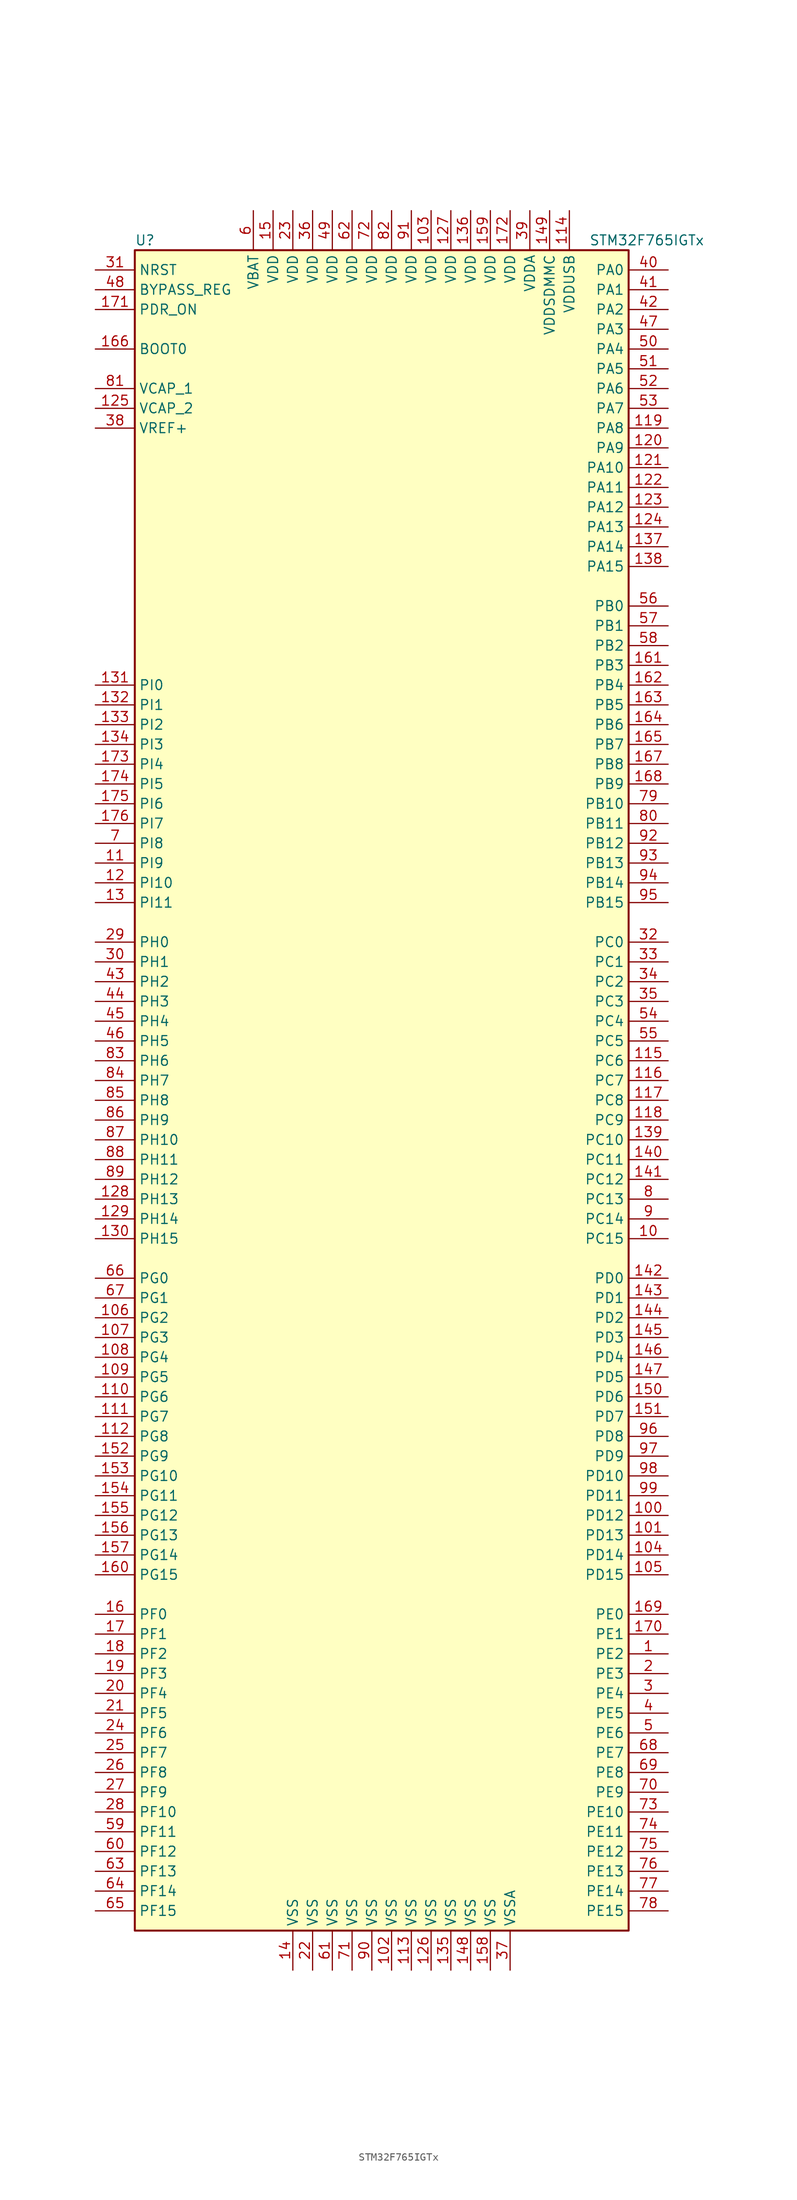
<source format=kicad_sym>
(kicad_symbol_lib
  (version 20201005)
  (generator kicad_symbol_editor)
  (symbol "MCU_ST_STM32F7:STM32F765IGTx"
    (property "Reference" "U"
      (at -33.02 107.95 0)
      (effects (font (size 1.27 1.27)) (justify left)))
    (property "Value" "STM32F765IGTx"
      (at 25.4 107.95 0)
      (effects (font (size 1.27 1.27)) (justify left)))
    (symbol "STM32F765IGTx_0_1"
      (rectangle (start -33.02 -109.22) (end 30.48 106.68) (stroke (width 0.254)) (fill (type background))))
    (symbol "STM32F765IGTx_1_1"
      (pin input line (at -38.1 93.98 0) (length 5.08) (name "BOOT0" (effects (font (size 1.27 1.27)))) (number "166" (effects (font (size 1.27 1.27)))))
      (pin input line (at -38.1 101.6 0) (length 5.08) (name "BYPASS_REG" (effects (font (size 1.27 1.27)))) (number "48" (effects (font (size 1.27 1.27)))))
      (pin input line (at -38.1 104.14 0) (length 5.08) (name "NRST" (effects (font (size 1.27 1.27)))) (number "31" (effects (font (size 1.27 1.27)))))
      (pin bidirectional line (at 35.56 104.14 180) (length 5.08) (name "PA0" (effects (font (size 1.27 1.27)))) (number "40" (effects (font (size 1.27 1.27)))))
      (pin bidirectional line (at 35.56 101.6 180) (length 5.08) (name "PA1" (effects (font (size 1.27 1.27)))) (number "41" (effects (font (size 1.27 1.27)))))
      (pin bidirectional line (at 35.56 78.74 180) (length 5.08) (name "PA10" (effects (font (size 1.27 1.27)))) (number "121" (effects (font (size 1.27 1.27)))))
      (pin bidirectional line (at 35.56 76.2 180) (length 5.08) (name "PA11" (effects (font (size 1.27 1.27)))) (number "122" (effects (font (size 1.27 1.27)))))
      (pin bidirectional line (at 35.56 73.66 180) (length 5.08) (name "PA12" (effects (font (size 1.27 1.27)))) (number "123" (effects (font (size 1.27 1.27)))))
      (pin bidirectional line (at 35.56 71.12 180) (length 5.08) (name "PA13" (effects (font (size 1.27 1.27)))) (number "124" (effects (font (size 1.27 1.27)))))
      (pin bidirectional line (at 35.56 68.58 180) (length 5.08) (name "PA14" (effects (font (size 1.27 1.27)))) (number "137" (effects (font (size 1.27 1.27)))))
      (pin bidirectional line (at 35.56 66.04 180) (length 5.08) (name "PA15" (effects (font (size 1.27 1.27)))) (number "138" (effects (font (size 1.27 1.27)))))
      (pin bidirectional line (at 35.56 99.06 180) (length 5.08) (name "PA2" (effects (font (size 1.27 1.27)))) (number "42" (effects (font (size 1.27 1.27)))))
      (pin bidirectional line (at 35.56 96.52 180) (length 5.08) (name "PA3" (effects (font (size 1.27 1.27)))) (number "47" (effects (font (size 1.27 1.27)))))
      (pin bidirectional line (at 35.56 93.98 180) (length 5.08) (name "PA4" (effects (font (size 1.27 1.27)))) (number "50" (effects (font (size 1.27 1.27)))))
      (pin bidirectional line (at 35.56 91.44 180) (length 5.08) (name "PA5" (effects (font (size 1.27 1.27)))) (number "51" (effects (font (size 1.27 1.27)))))
      (pin bidirectional line (at 35.56 88.9 180) (length 5.08) (name "PA6" (effects (font (size 1.27 1.27)))) (number "52" (effects (font (size 1.27 1.27)))))
      (pin bidirectional line (at 35.56 86.36 180) (length 5.08) (name "PA7" (effects (font (size 1.27 1.27)))) (number "53" (effects (font (size 1.27 1.27)))))
      (pin bidirectional line (at 35.56 83.82 180) (length 5.08) (name "PA8" (effects (font (size 1.27 1.27)))) (number "119" (effects (font (size 1.27 1.27)))))
      (pin bidirectional line (at 35.56 81.28 180) (length 5.08) (name "PA9" (effects (font (size 1.27 1.27)))) (number "120" (effects (font (size 1.27 1.27)))))
      (pin bidirectional line (at 35.56 60.96 180) (length 5.08) (name "PB0" (effects (font (size 1.27 1.27)))) (number "56" (effects (font (size 1.27 1.27)))))
      (pin bidirectional line (at 35.56 58.42 180) (length 5.08) (name "PB1" (effects (font (size 1.27 1.27)))) (number "57" (effects (font (size 1.27 1.27)))))
      (pin bidirectional line (at 35.56 35.56 180) (length 5.08) (name "PB10" (effects (font (size 1.27 1.27)))) (number "79" (effects (font (size 1.27 1.27)))))
      (pin bidirectional line (at 35.56 33.02 180) (length 5.08) (name "PB11" (effects (font (size 1.27 1.27)))) (number "80" (effects (font (size 1.27 1.27)))))
      (pin bidirectional line (at 35.56 30.48 180) (length 5.08) (name "PB12" (effects (font (size 1.27 1.27)))) (number "92" (effects (font (size 1.27 1.27)))))
      (pin bidirectional line (at 35.56 27.94 180) (length 5.08) (name "PB13" (effects (font (size 1.27 1.27)))) (number "93" (effects (font (size 1.27 1.27)))))
      (pin bidirectional line (at 35.56 25.4 180) (length 5.08) (name "PB14" (effects (font (size 1.27 1.27)))) (number "94" (effects (font (size 1.27 1.27)))))
      (pin bidirectional line (at 35.56 22.86 180) (length 5.08) (name "PB15" (effects (font (size 1.27 1.27)))) (number "95" (effects (font (size 1.27 1.27)))))
      (pin bidirectional line (at 35.56 55.88 180) (length 5.08) (name "PB2" (effects (font (size 1.27 1.27)))) (number "58" (effects (font (size 1.27 1.27)))))
      (pin bidirectional line (at 35.56 53.34 180) (length 5.08) (name "PB3" (effects (font (size 1.27 1.27)))) (number "161" (effects (font (size 1.27 1.27)))))
      (pin bidirectional line (at 35.56 50.8 180) (length 5.08) (name "PB4" (effects (font (size 1.27 1.27)))) (number "162" (effects (font (size 1.27 1.27)))))
      (pin bidirectional line (at 35.56 48.26 180) (length 5.08) (name "PB5" (effects (font (size 1.27 1.27)))) (number "163" (effects (font (size 1.27 1.27)))))
      (pin bidirectional line (at 35.56 45.72 180) (length 5.08) (name "PB6" (effects (font (size 1.27 1.27)))) (number "164" (effects (font (size 1.27 1.27)))))
      (pin bidirectional line (at 35.56 43.18 180) (length 5.08) (name "PB7" (effects (font (size 1.27 1.27)))) (number "165" (effects (font (size 1.27 1.27)))))
      (pin bidirectional line (at 35.56 40.64 180) (length 5.08) (name "PB8" (effects (font (size 1.27 1.27)))) (number "167" (effects (font (size 1.27 1.27)))))
      (pin bidirectional line (at 35.56 38.1 180) (length 5.08) (name "PB9" (effects (font (size 1.27 1.27)))) (number "168" (effects (font (size 1.27 1.27)))))
      (pin bidirectional line (at 35.56 17.78 180) (length 5.08) (name "PC0" (effects (font (size 1.27 1.27)))) (number "32" (effects (font (size 1.27 1.27)))))
      (pin bidirectional line (at 35.56 15.24 180) (length 5.08) (name "PC1" (effects (font (size 1.27 1.27)))) (number "33" (effects (font (size 1.27 1.27)))))
      (pin bidirectional line (at 35.56 -7.62 180) (length 5.08) (name "PC10" (effects (font (size 1.27 1.27)))) (number "139" (effects (font (size 1.27 1.27)))))
      (pin bidirectional line (at 35.56 -10.16 180) (length 5.08) (name "PC11" (effects (font (size 1.27 1.27)))) (number "140" (effects (font (size 1.27 1.27)))))
      (pin bidirectional line (at 35.56 -12.7 180) (length 5.08) (name "PC12" (effects (font (size 1.27 1.27)))) (number "141" (effects (font (size 1.27 1.27)))))
      (pin bidirectional line (at 35.56 -15.24 180) (length 5.08) (name "PC13" (effects (font (size 1.27 1.27)))) (number "8" (effects (font (size 1.27 1.27)))))
      (pin bidirectional line (at 35.56 -17.78 180) (length 5.08) (name "PC14" (effects (font (size 1.27 1.27)))) (number "9" (effects (font (size 1.27 1.27)))))
      (pin bidirectional line (at 35.56 -20.32 180) (length 5.08) (name "PC15" (effects (font (size 1.27 1.27)))) (number "10" (effects (font (size 1.27 1.27)))))
      (pin bidirectional line (at 35.56 12.7 180) (length 5.08) (name "PC2" (effects (font (size 1.27 1.27)))) (number "34" (effects (font (size 1.27 1.27)))))
      (pin bidirectional line (at 35.56 10.16 180) (length 5.08) (name "PC3" (effects (font (size 1.27 1.27)))) (number "35" (effects (font (size 1.27 1.27)))))
      (pin bidirectional line (at 35.56 7.62 180) (length 5.08) (name "PC4" (effects (font (size 1.27 1.27)))) (number "54" (effects (font (size 1.27 1.27)))))
      (pin bidirectional line (at 35.56 5.08 180) (length 5.08) (name "PC5" (effects (font (size 1.27 1.27)))) (number "55" (effects (font (size 1.27 1.27)))))
      (pin bidirectional line (at 35.56 2.54 180) (length 5.08) (name "PC6" (effects (font (size 1.27 1.27)))) (number "115" (effects (font (size 1.27 1.27)))))
      (pin bidirectional line (at 35.56 0 180) (length 5.08) (name "PC7" (effects (font (size 1.27 1.27)))) (number "116" (effects (font (size 1.27 1.27)))))
      (pin bidirectional line (at 35.56 -2.54 180) (length 5.08) (name "PC8" (effects (font (size 1.27 1.27)))) (number "117" (effects (font (size 1.27 1.27)))))
      (pin bidirectional line (at 35.56 -5.08 180) (length 5.08) (name "PC9" (effects (font (size 1.27 1.27)))) (number "118" (effects (font (size 1.27 1.27)))))
      (pin bidirectional line (at 35.56 -25.4 180) (length 5.08) (name "PD0" (effects (font (size 1.27 1.27)))) (number "142" (effects (font (size 1.27 1.27)))))
      (pin bidirectional line (at 35.56 -27.94 180) (length 5.08) (name "PD1" (effects (font (size 1.27 1.27)))) (number "143" (effects (font (size 1.27 1.27)))))
      (pin bidirectional line (at 35.56 -50.8 180) (length 5.08) (name "PD10" (effects (font (size 1.27 1.27)))) (number "98" (effects (font (size 1.27 1.27)))))
      (pin bidirectional line (at 35.56 -53.34 180) (length 5.08) (name "PD11" (effects (font (size 1.27 1.27)))) (number "99" (effects (font (size 1.27 1.27)))))
      (pin bidirectional line (at 35.56 -55.88 180) (length 5.08) (name "PD12" (effects (font (size 1.27 1.27)))) (number "100" (effects (font (size 1.27 1.27)))))
      (pin bidirectional line (at 35.56 -58.42 180) (length 5.08) (name "PD13" (effects (font (size 1.27 1.27)))) (number "101" (effects (font (size 1.27 1.27)))))
      (pin bidirectional line (at 35.56 -60.96 180) (length 5.08) (name "PD14" (effects (font (size 1.27 1.27)))) (number "104" (effects (font (size 1.27 1.27)))))
      (pin bidirectional line (at 35.56 -63.5 180) (length 5.08) (name "PD15" (effects (font (size 1.27 1.27)))) (number "105" (effects (font (size 1.27 1.27)))))
      (pin bidirectional line (at 35.56 -30.48 180) (length 5.08) (name "PD2" (effects (font (size 1.27 1.27)))) (number "144" (effects (font (size 1.27 1.27)))))
      (pin bidirectional line (at 35.56 -33.02 180) (length 5.08) (name "PD3" (effects (font (size 1.27 1.27)))) (number "145" (effects (font (size 1.27 1.27)))))
      (pin bidirectional line (at 35.56 -35.56 180) (length 5.08) (name "PD4" (effects (font (size 1.27 1.27)))) (number "146" (effects (font (size 1.27 1.27)))))
      (pin bidirectional line (at 35.56 -38.1 180) (length 5.08) (name "PD5" (effects (font (size 1.27 1.27)))) (number "147" (effects (font (size 1.27 1.27)))))
      (pin bidirectional line (at 35.56 -40.64 180) (length 5.08) (name "PD6" (effects (font (size 1.27 1.27)))) (number "150" (effects (font (size 1.27 1.27)))))
      (pin bidirectional line (at 35.56 -43.18 180) (length 5.08) (name "PD7" (effects (font (size 1.27 1.27)))) (number "151" (effects (font (size 1.27 1.27)))))
      (pin bidirectional line (at 35.56 -45.72 180) (length 5.08) (name "PD8" (effects (font (size 1.27 1.27)))) (number "96" (effects (font (size 1.27 1.27)))))
      (pin bidirectional line (at 35.56 -48.26 180) (length 5.08) (name "PD9" (effects (font (size 1.27 1.27)))) (number "97" (effects (font (size 1.27 1.27)))))
      (pin input line (at -38.1 99.06 0) (length 5.08) (name "PDR_ON" (effects (font (size 1.27 1.27)))) (number "171" (effects (font (size 1.27 1.27)))))
      (pin bidirectional line (at 35.56 -68.58 180) (length 5.08) (name "PE0" (effects (font (size 1.27 1.27)))) (number "169" (effects (font (size 1.27 1.27)))))
      (pin bidirectional line (at 35.56 -71.12 180) (length 5.08) (name "PE1" (effects (font (size 1.27 1.27)))) (number "170" (effects (font (size 1.27 1.27)))))
      (pin bidirectional line (at 35.56 -93.98 180) (length 5.08) (name "PE10" (effects (font (size 1.27 1.27)))) (number "73" (effects (font (size 1.27 1.27)))))
      (pin bidirectional line (at 35.56 -96.52 180) (length 5.08) (name "PE11" (effects (font (size 1.27 1.27)))) (number "74" (effects (font (size 1.27 1.27)))))
      (pin bidirectional line (at 35.56 -99.06 180) (length 5.08) (name "PE12" (effects (font (size 1.27 1.27)))) (number "75" (effects (font (size 1.27 1.27)))))
      (pin bidirectional line (at 35.56 -101.6 180) (length 5.08) (name "PE13" (effects (font (size 1.27 1.27)))) (number "76" (effects (font (size 1.27 1.27)))))
      (pin bidirectional line (at 35.56 -104.14 180) (length 5.08) (name "PE14" (effects (font (size 1.27 1.27)))) (number "77" (effects (font (size 1.27 1.27)))))
      (pin bidirectional line (at 35.56 -106.68 180) (length 5.08) (name "PE15" (effects (font (size 1.27 1.27)))) (number "78" (effects (font (size 1.27 1.27)))))
      (pin bidirectional line (at 35.56 -73.66 180) (length 5.08) (name "PE2" (effects (font (size 1.27 1.27)))) (number "1" (effects (font (size 1.27 1.27)))))
      (pin bidirectional line (at 35.56 -76.2 180) (length 5.08) (name "PE3" (effects (font (size 1.27 1.27)))) (number "2" (effects (font (size 1.27 1.27)))))
      (pin bidirectional line (at 35.56 -78.74 180) (length 5.08) (name "PE4" (effects (font (size 1.27 1.27)))) (number "3" (effects (font (size 1.27 1.27)))))
      (pin bidirectional line (at 35.56 -81.28 180) (length 5.08) (name "PE5" (effects (font (size 1.27 1.27)))) (number "4" (effects (font (size 1.27 1.27)))))
      (pin bidirectional line (at 35.56 -83.82 180) (length 5.08) (name "PE6" (effects (font (size 1.27 1.27)))) (number "5" (effects (font (size 1.27 1.27)))))
      (pin bidirectional line (at 35.56 -86.36 180) (length 5.08) (name "PE7" (effects (font (size 1.27 1.27)))) (number "68" (effects (font (size 1.27 1.27)))))
      (pin bidirectional line (at 35.56 -88.9 180) (length 5.08) (name "PE8" (effects (font (size 1.27 1.27)))) (number "69" (effects (font (size 1.27 1.27)))))
      (pin bidirectional line (at 35.56 -91.44 180) (length 5.08) (name "PE9" (effects (font (size 1.27 1.27)))) (number "70" (effects (font (size 1.27 1.27)))))
      (pin bidirectional line (at -38.1 -68.58 0) (length 5.08) (name "PF0" (effects (font (size 1.27 1.27)))) (number "16" (effects (font (size 1.27 1.27)))))
      (pin bidirectional line (at -38.1 -71.12 0) (length 5.08) (name "PF1" (effects (font (size 1.27 1.27)))) (number "17" (effects (font (size 1.27 1.27)))))
      (pin bidirectional line (at -38.1 -93.98 0) (length 5.08) (name "PF10" (effects (font (size 1.27 1.27)))) (number "28" (effects (font (size 1.27 1.27)))))
      (pin bidirectional line (at -38.1 -96.52 0) (length 5.08) (name "PF11" (effects (font (size 1.27 1.27)))) (number "59" (effects (font (size 1.27 1.27)))))
      (pin bidirectional line (at -38.1 -99.06 0) (length 5.08) (name "PF12" (effects (font (size 1.27 1.27)))) (number "60" (effects (font (size 1.27 1.27)))))
      (pin bidirectional line (at -38.1 -101.6 0) (length 5.08) (name "PF13" (effects (font (size 1.27 1.27)))) (number "63" (effects (font (size 1.27 1.27)))))
      (pin bidirectional line (at -38.1 -104.14 0) (length 5.08) (name "PF14" (effects (font (size 1.27 1.27)))) (number "64" (effects (font (size 1.27 1.27)))))
      (pin bidirectional line (at -38.1 -106.68 0) (length 5.08) (name "PF15" (effects (font (size 1.27 1.27)))) (number "65" (effects (font (size 1.27 1.27)))))
      (pin bidirectional line (at -38.1 -73.66 0) (length 5.08) (name "PF2" (effects (font (size 1.27 1.27)))) (number "18" (effects (font (size 1.27 1.27)))))
      (pin bidirectional line (at -38.1 -76.2 0) (length 5.08) (name "PF3" (effects (font (size 1.27 1.27)))) (number "19" (effects (font (size 1.27 1.27)))))
      (pin bidirectional line (at -38.1 -78.74 0) (length 5.08) (name "PF4" (effects (font (size 1.27 1.27)))) (number "20" (effects (font (size 1.27 1.27)))))
      (pin bidirectional line (at -38.1 -81.28 0) (length 5.08) (name "PF5" (effects (font (size 1.27 1.27)))) (number "21" (effects (font (size 1.27 1.27)))))
      (pin bidirectional line (at -38.1 -83.82 0) (length 5.08) (name "PF6" (effects (font (size 1.27 1.27)))) (number "24" (effects (font (size 1.27 1.27)))))
      (pin bidirectional line (at -38.1 -86.36 0) (length 5.08) (name "PF7" (effects (font (size 1.27 1.27)))) (number "25" (effects (font (size 1.27 1.27)))))
      (pin bidirectional line (at -38.1 -88.9 0) (length 5.08) (name "PF8" (effects (font (size 1.27 1.27)))) (number "26" (effects (font (size 1.27 1.27)))))
      (pin bidirectional line (at -38.1 -91.44 0) (length 5.08) (name "PF9" (effects (font (size 1.27 1.27)))) (number "27" (effects (font (size 1.27 1.27)))))
      (pin bidirectional line (at -38.1 -25.4 0) (length 5.08) (name "PG0" (effects (font (size 1.27 1.27)))) (number "66" (effects (font (size 1.27 1.27)))))
      (pin bidirectional line (at -38.1 -27.94 0) (length 5.08) (name "PG1" (effects (font (size 1.27 1.27)))) (number "67" (effects (font (size 1.27 1.27)))))
      (pin bidirectional line (at -38.1 -50.8 0) (length 5.08) (name "PG10" (effects (font (size 1.27 1.27)))) (number "153" (effects (font (size 1.27 1.27)))))
      (pin bidirectional line (at -38.1 -53.34 0) (length 5.08) (name "PG11" (effects (font (size 1.27 1.27)))) (number "154" (effects (font (size 1.27 1.27)))))
      (pin bidirectional line (at -38.1 -55.88 0) (length 5.08) (name "PG12" (effects (font (size 1.27 1.27)))) (number "155" (effects (font (size 1.27 1.27)))))
      (pin bidirectional line (at -38.1 -58.42 0) (length 5.08) (name "PG13" (effects (font (size 1.27 1.27)))) (number "156" (effects (font (size 1.27 1.27)))))
      (pin bidirectional line (at -38.1 -60.96 0) (length 5.08) (name "PG14" (effects (font (size 1.27 1.27)))) (number "157" (effects (font (size 1.27 1.27)))))
      (pin bidirectional line (at -38.1 -63.5 0) (length 5.08) (name "PG15" (effects (font (size 1.27 1.27)))) (number "160" (effects (font (size 1.27 1.27)))))
      (pin bidirectional line (at -38.1 -30.48 0) (length 5.08) (name "PG2" (effects (font (size 1.27 1.27)))) (number "106" (effects (font (size 1.27 1.27)))))
      (pin bidirectional line (at -38.1 -33.02 0) (length 5.08) (name "PG3" (effects (font (size 1.27 1.27)))) (number "107" (effects (font (size 1.27 1.27)))))
      (pin bidirectional line (at -38.1 -35.56 0) (length 5.08) (name "PG4" (effects (font (size 1.27 1.27)))) (number "108" (effects (font (size 1.27 1.27)))))
      (pin bidirectional line (at -38.1 -38.1 0) (length 5.08) (name "PG5" (effects (font (size 1.27 1.27)))) (number "109" (effects (font (size 1.27 1.27)))))
      (pin bidirectional line (at -38.1 -40.64 0) (length 5.08) (name "PG6" (effects (font (size 1.27 1.27)))) (number "110" (effects (font (size 1.27 1.27)))))
      (pin bidirectional line (at -38.1 -43.18 0) (length 5.08) (name "PG7" (effects (font (size 1.27 1.27)))) (number "111" (effects (font (size 1.27 1.27)))))
      (pin bidirectional line (at -38.1 -45.72 0) (length 5.08) (name "PG8" (effects (font (size 1.27 1.27)))) (number "112" (effects (font (size 1.27 1.27)))))
      (pin bidirectional line (at -38.1 -48.26 0) (length 5.08) (name "PG9" (effects (font (size 1.27 1.27)))) (number "152" (effects (font (size 1.27 1.27)))))
      (pin input line (at -38.1 17.78 0) (length 5.08) (name "PH0" (effects (font (size 1.27 1.27)))) (number "29" (effects (font (size 1.27 1.27)))))
      (pin input line (at -38.1 15.24 0) (length 5.08) (name "PH1" (effects (font (size 1.27 1.27)))) (number "30" (effects (font (size 1.27 1.27)))))
      (pin bidirectional line (at -38.1 -7.62 0) (length 5.08) (name "PH10" (effects (font (size 1.27 1.27)))) (number "87" (effects (font (size 1.27 1.27)))))
      (pin bidirectional line (at -38.1 -10.16 0) (length 5.08) (name "PH11" (effects (font (size 1.27 1.27)))) (number "88" (effects (font (size 1.27 1.27)))))
      (pin bidirectional line (at -38.1 -12.7 0) (length 5.08) (name "PH12" (effects (font (size 1.27 1.27)))) (number "89" (effects (font (size 1.27 1.27)))))
      (pin bidirectional line (at -38.1 -15.24 0) (length 5.08) (name "PH13" (effects (font (size 1.27 1.27)))) (number "128" (effects (font (size 1.27 1.27)))))
      (pin bidirectional line (at -38.1 -17.78 0) (length 5.08) (name "PH14" (effects (font (size 1.27 1.27)))) (number "129" (effects (font (size 1.27 1.27)))))
      (pin bidirectional line (at -38.1 -20.32 0) (length 5.08) (name "PH15" (effects (font (size 1.27 1.27)))) (number "130" (effects (font (size 1.27 1.27)))))
      (pin bidirectional line (at -38.1 12.7 0) (length 5.08) (name "PH2" (effects (font (size 1.27 1.27)))) (number "43" (effects (font (size 1.27 1.27)))))
      (pin bidirectional line (at -38.1 10.16 0) (length 5.08) (name "PH3" (effects (font (size 1.27 1.27)))) (number "44" (effects (font (size 1.27 1.27)))))
      (pin bidirectional line (at -38.1 7.62 0) (length 5.08) (name "PH4" (effects (font (size 1.27 1.27)))) (number "45" (effects (font (size 1.27 1.27)))))
      (pin bidirectional line (at -38.1 5.08 0) (length 5.08) (name "PH5" (effects (font (size 1.27 1.27)))) (number "46" (effects (font (size 1.27 1.27)))))
      (pin bidirectional line (at -38.1 2.54 0) (length 5.08) (name "PH6" (effects (font (size 1.27 1.27)))) (number "83" (effects (font (size 1.27 1.27)))))
      (pin bidirectional line (at -38.1 0 0) (length 5.08) (name "PH7" (effects (font (size 1.27 1.27)))) (number "84" (effects (font (size 1.27 1.27)))))
      (pin bidirectional line (at -38.1 -2.54 0) (length 5.08) (name "PH8" (effects (font (size 1.27 1.27)))) (number "85" (effects (font (size 1.27 1.27)))))
      (pin bidirectional line (at -38.1 -5.08 0) (length 5.08) (name "PH9" (effects (font (size 1.27 1.27)))) (number "86" (effects (font (size 1.27 1.27)))))
      (pin bidirectional line (at -38.1 50.8 0) (length 5.08) (name "PI0" (effects (font (size 1.27 1.27)))) (number "131" (effects (font (size 1.27 1.27)))))
      (pin bidirectional line (at -38.1 48.26 0) (length 5.08) (name "PI1" (effects (font (size 1.27 1.27)))) (number "132" (effects (font (size 1.27 1.27)))))
      (pin bidirectional line (at -38.1 25.4 0) (length 5.08) (name "PI10" (effects (font (size 1.27 1.27)))) (number "12" (effects (font (size 1.27 1.27)))))
      (pin bidirectional line (at -38.1 22.86 0) (length 5.08) (name "PI11" (effects (font (size 1.27 1.27)))) (number "13" (effects (font (size 1.27 1.27)))))
      (pin bidirectional line (at -38.1 45.72 0) (length 5.08) (name "PI2" (effects (font (size 1.27 1.27)))) (number "133" (effects (font (size 1.27 1.27)))))
      (pin bidirectional line (at -38.1 43.18 0) (length 5.08) (name "PI3" (effects (font (size 1.27 1.27)))) (number "134" (effects (font (size 1.27 1.27)))))
      (pin bidirectional line (at -38.1 40.64 0) (length 5.08) (name "PI4" (effects (font (size 1.27 1.27)))) (number "173" (effects (font (size 1.27 1.27)))))
      (pin bidirectional line (at -38.1 38.1 0) (length 5.08) (name "PI5" (effects (font (size 1.27 1.27)))) (number "174" (effects (font (size 1.27 1.27)))))
      (pin bidirectional line (at -38.1 35.56 0) (length 5.08) (name "PI6" (effects (font (size 1.27 1.27)))) (number "175" (effects (font (size 1.27 1.27)))))
      (pin bidirectional line (at -38.1 33.02 0) (length 5.08) (name "PI7" (effects (font (size 1.27 1.27)))) (number "176" (effects (font (size 1.27 1.27)))))
      (pin bidirectional line (at -38.1 30.48 0) (length 5.08) (name "PI8" (effects (font (size 1.27 1.27)))) (number "7" (effects (font (size 1.27 1.27)))))
      (pin bidirectional line (at -38.1 27.94 0) (length 5.08) (name "PI9" (effects (font (size 1.27 1.27)))) (number "11" (effects (font (size 1.27 1.27)))))
      (pin power_in line (at -17.78 111.76 270) (length 5.08) (name "VBAT" (effects (font (size 1.27 1.27)))) (number "6" (effects (font (size 1.27 1.27)))))
      (pin power_in line (at -38.1 88.9 0) (length 5.08) (name "VCAP_1" (effects (font (size 1.27 1.27)))) (number "81" (effects (font (size 1.27 1.27)))))
      (pin power_in line (at -38.1 86.36 0) (length 5.08) (name "VCAP_2" (effects (font (size 1.27 1.27)))) (number "125" (effects (font (size 1.27 1.27)))))
      (pin power_in line (at 5.08 111.76 270) (length 5.08) (name "VDD" (effects (font (size 1.27 1.27)))) (number "103" (effects (font (size 1.27 1.27)))))
      (pin power_in line (at 7.62 111.76 270) (length 5.08) (name "VDD" (effects (font (size 1.27 1.27)))) (number "127" (effects (font (size 1.27 1.27)))))
      (pin power_in line (at 10.16 111.76 270) (length 5.08) (name "VDD" (effects (font (size 1.27 1.27)))) (number "136" (effects (font (size 1.27 1.27)))))
      (pin power_in line (at -15.24 111.76 270) (length 5.08) (name "VDD" (effects (font (size 1.27 1.27)))) (number "15" (effects (font (size 1.27 1.27)))))
      (pin power_in line (at 12.7 111.76 270) (length 5.08) (name "VDD" (effects (font (size 1.27 1.27)))) (number "159" (effects (font (size 1.27 1.27)))))
      (pin power_in line (at 15.24 111.76 270) (length 5.08) (name "VDD" (effects (font (size 1.27 1.27)))) (number "172" (effects (font (size 1.27 1.27)))))
      (pin power_in line (at -12.7 111.76 270) (length 5.08) (name "VDD" (effects (font (size 1.27 1.27)))) (number "23" (effects (font (size 1.27 1.27)))))
      (pin power_in line (at -10.16 111.76 270) (length 5.08) (name "VDD" (effects (font (size 1.27 1.27)))) (number "36" (effects (font (size 1.27 1.27)))))
      (pin power_in line (at -7.62 111.76 270) (length 5.08) (name "VDD" (effects (font (size 1.27 1.27)))) (number "49" (effects (font (size 1.27 1.27)))))
      (pin power_in line (at -5.08 111.76 270) (length 5.08) (name "VDD" (effects (font (size 1.27 1.27)))) (number "62" (effects (font (size 1.27 1.27)))))
      (pin power_in line (at -2.54 111.76 270) (length 5.08) (name "VDD" (effects (font (size 1.27 1.27)))) (number "72" (effects (font (size 1.27 1.27)))))
      (pin power_in line (at 0 111.76 270) (length 5.08) (name "VDD" (effects (font (size 1.27 1.27)))) (number "82" (effects (font (size 1.27 1.27)))))
      (pin power_in line (at 2.54 111.76 270) (length 5.08) (name "VDD" (effects (font (size 1.27 1.27)))) (number "91" (effects (font (size 1.27 1.27)))))
      (pin power_in line (at 17.78 111.76 270) (length 5.08) (name "VDDA" (effects (font (size 1.27 1.27)))) (number "39" (effects (font (size 1.27 1.27)))))
      (pin power_in line (at 20.32 111.76 270) (length 5.08) (name "VDDSDMMC" (effects (font (size 1.27 1.27)))) (number "149" (effects (font (size 1.27 1.27)))))
      (pin power_in line (at 22.86 111.76 270) (length 5.08) (name "VDDUSB" (effects (font (size 1.27 1.27)))) (number "114" (effects (font (size 1.27 1.27)))))
      (pin power_in line (at -38.1 83.82 0) (length 5.08) (name "VREF+" (effects (font (size 1.27 1.27)))) (number "38" (effects (font (size 1.27 1.27)))))
      (pin power_in line (at 0 -114.3 90) (length 5.08) (name "VSS" (effects (font (size 1.27 1.27)))) (number "102" (effects (font (size 1.27 1.27)))))
      (pin power_in line (at 2.54 -114.3 90) (length 5.08) (name "VSS" (effects (font (size 1.27 1.27)))) (number "113" (effects (font (size 1.27 1.27)))))
      (pin power_in line (at 5.08 -114.3 90) (length 5.08) (name "VSS" (effects (font (size 1.27 1.27)))) (number "126" (effects (font (size 1.27 1.27)))))
      (pin power_in line (at 7.62 -114.3 90) (length 5.08) (name "VSS" (effects (font (size 1.27 1.27)))) (number "135" (effects (font (size 1.27 1.27)))))
      (pin power_in line (at -12.7 -114.3 90) (length 5.08) (name "VSS" (effects (font (size 1.27 1.27)))) (number "14" (effects (font (size 1.27 1.27)))))
      (pin power_in line (at 10.16 -114.3 90) (length 5.08) (name "VSS" (effects (font (size 1.27 1.27)))) (number "148" (effects (font (size 1.27 1.27)))))
      (pin power_in line (at 12.7 -114.3 90) (length 5.08) (name "VSS" (effects (font (size 1.27 1.27)))) (number "158" (effects (font (size 1.27 1.27)))))
      (pin power_in line (at -10.16 -114.3 90) (length 5.08) (name "VSS" (effects (font (size 1.27 1.27)))) (number "22" (effects (font (size 1.27 1.27)))))
      (pin power_in line (at -7.62 -114.3 90) (length 5.08) (name "VSS" (effects (font (size 1.27 1.27)))) (number "61" (effects (font (size 1.27 1.27)))))
      (pin power_in line (at -5.08 -114.3 90) (length 5.08) (name "VSS" (effects (font (size 1.27 1.27)))) (number "71" (effects (font (size 1.27 1.27)))))
      (pin power_in line (at -2.54 -114.3 90) (length 5.08) (name "VSS" (effects (font (size 1.27 1.27)))) (number "90" (effects (font (size 1.27 1.27)))))
      (pin power_in line (at 15.24 -114.3 90) (length 5.08) (name "VSSA" (effects (font (size 1.27 1.27)))) (number "37" (effects (font (size 1.27 1.27))))))))
</source>
